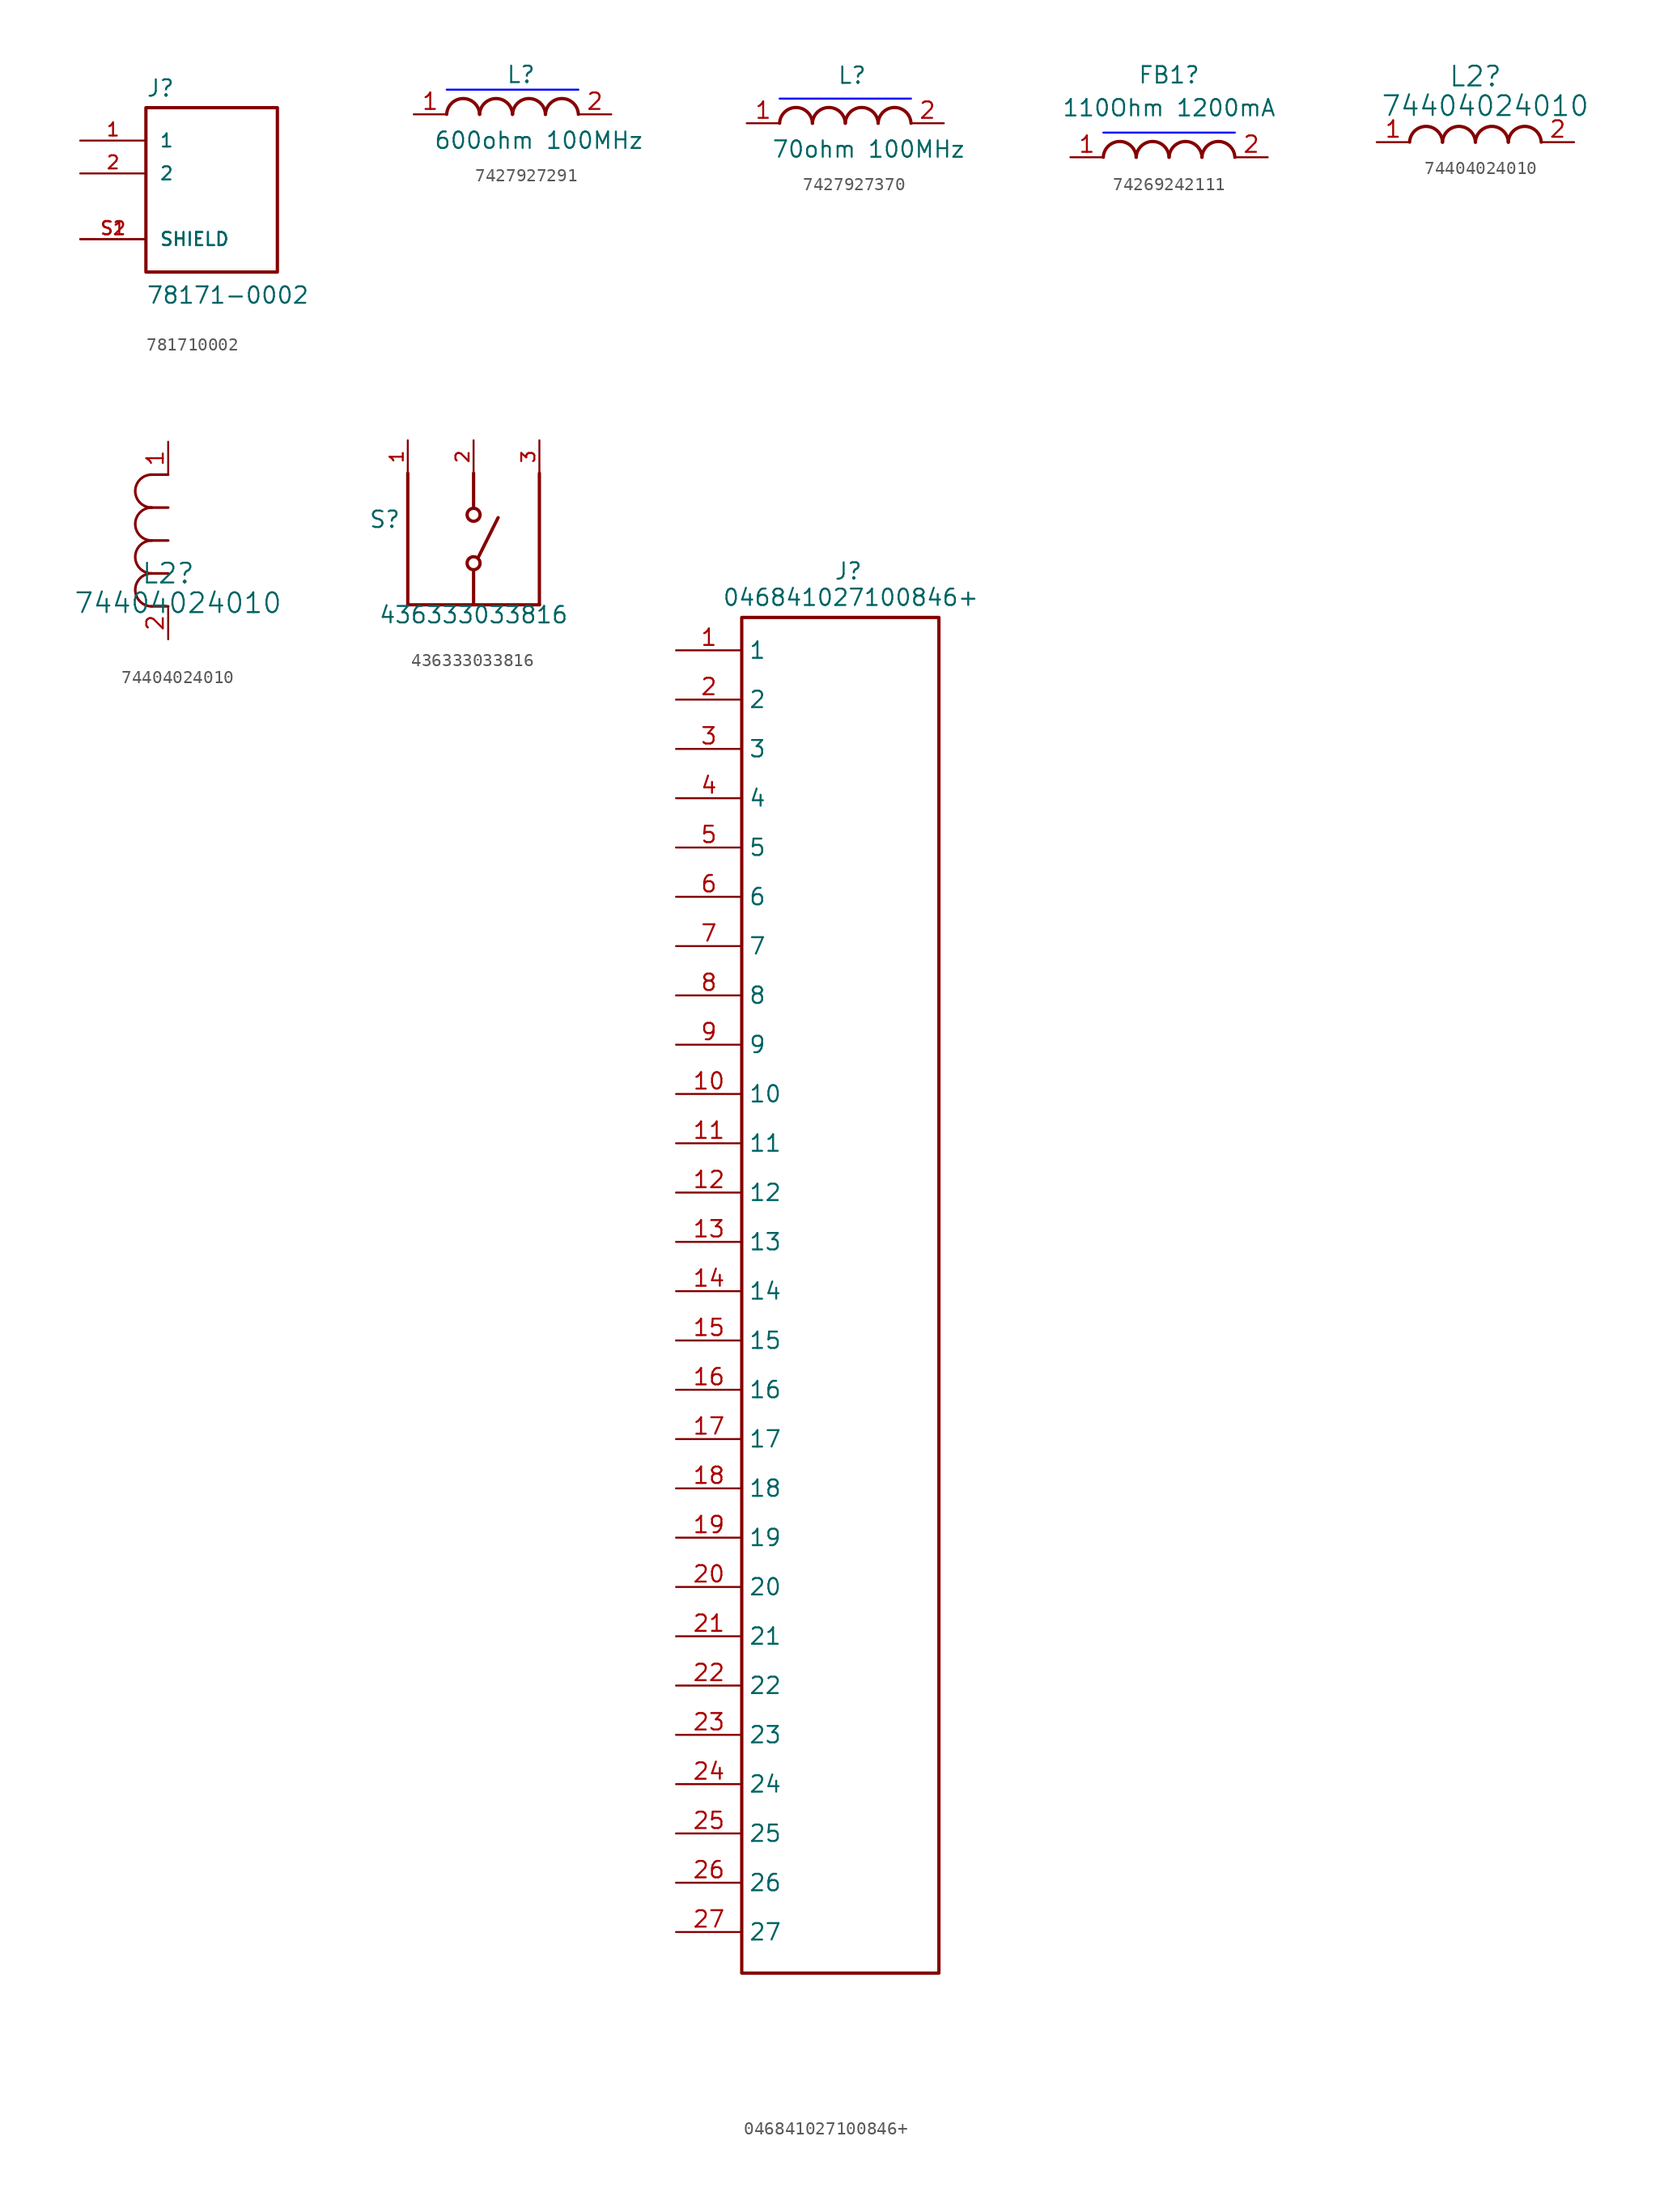
<source format=kicad_sym>
(kicad_symbol_lib
  (version 20241209)
  (generator "kicad_symbol_editor")
  (generator_version "9.0")
  (symbol "781710002"
    (pin_names
      (offset 1.016))
    (property "Reference" "J"
      (at -5.08 7.112 0)
      (effects (font (size 1.27 1.27)) (justify left bottom)))
    (property "Value" "78171-0002"
      (at -5.08 -8.89 0)
      (effects (font (size 1.27 1.27)) (justify left bottom)))
    (symbol "781710002_0_0"
      (pin passive line (at -10.16 3.81 0) (length 5.08) (name "1" (effects (font (size 1.016 1.016)))) (number "1" (effects (font (size 1.016 1.016)))))
      (pin passive line (at -10.16 1.27 0) (length 5.08) (name "2" (effects (font (size 1.016 1.016)))) (number "2" (effects (font (size 1.016 1.016)))))
      (pin passive line (at -10.16 -3.81 0) (length 5.08) (name "SHIELD" (effects (font (size 1.016 1.016)))) (number "S2" (effects (font (size 1.016 1.016))))))
    (symbol "781710002_1_0"
      (rectangle (start -5.08 6.35) (end 5.08 -6.35) (stroke (width 0.254) (type default)) (fill (type none)))
      (pin passive line (at -10.16 -3.81 0) (length 5.08) (name "SHIELD" (effects (font (size 1.016 1.016)))) (number "S1" (effects (font (size 1.016 1.016)))))))
  (symbol "7427927291"
    (pin_names
      (hide yes))
    (property "Reference" "L"
      (at -0.508 3.81 0)
      (effects (font (size 1.27 1.27)) (justify left top)))
    (property "Value" "600ohm 100MHz"
      (at -6.096 -1.27 0)
      (effects (font (size 1.27 1.27)) (justify left top)))
    (symbol "7427927291_1_1"
      (polyline (pts (xy -5.08 1.905) (xy 5.08 1.905)) (stroke (width 0) (type default) (color 0 0 255 1)) (fill (type none)))
      (arc (start -5.08 0) (mid -3.81 1.219) (end -2.54 0) (stroke (width 0.254) (type default)) (fill (type none)))
      (arc (start -2.54 0) (mid -1.27 1.219) (end 0 0) (stroke (width 0.254) (type default)) (fill (type none)))
      (arc (start 0 0) (mid 1.27 1.219) (end 2.54 0) (stroke (width 0.254) (type default)) (fill (type none)))
      (arc (start 2.54 0) (mid 3.81 1.219) (end 5.08 0) (stroke (width 0.254) (type default)) (fill (type none)))
      (pin passive line (at -7.62 0 0) (length 2.54) (name "1" (effects (font (size 1.27 1.27)))) (number "1" (effects (font (size 1.27 1.27)))))
      (pin passive line (at 7.62 0 180) (length 2.54) (name "2" (effects (font (size 1.27 1.27)))) (number "2" (effects (font (size 1.27 1.27)))))))
  (symbol "7427927370"
    (pin_names
      (hide yes))
    (property "Reference" "L"
      (at -0.635 4.445 0)
      (effects (font (size 1.27 1.27)) (justify left top)))
    (property "Value" "70ohm 100MHz"
      (at -5.715 -1.27 0)
      (effects (font (size 1.27 1.27)) (justify left top)))
    (symbol "7427927370_1_1"
      (polyline (pts (xy -5.08 1.905) (xy 5.08 1.905)) (stroke (width 0) (type default) (color 0 0 255 1)) (fill (type none)))
      (arc (start -5.08 0) (mid -3.81 1.219) (end -2.54 0) (stroke (width 0.254) (type default)) (fill (type none)))
      (arc (start -2.54 0) (mid -1.27 1.219) (end 0 0) (stroke (width 0.254) (type default)) (fill (type none)))
      (arc (start 0 0) (mid 1.27 1.219) (end 2.54 0) (stroke (width 0.254) (type default)) (fill (type none)))
      (arc (start 2.54 0) (mid 3.81 1.219) (end 5.08 0) (stroke (width 0.254) (type default)) (fill (type none)))
      (pin passive line (at -7.62 0 0) (length 2.54) (name "1" (effects (font (size 1.27 1.27)))) (number "1" (effects (font (size 1.27 1.27)))))
      (pin passive line (at 7.62 0 180) (length 2.54) (name "2" (effects (font (size 1.27 1.27)))) (number "2" (effects (font (size 1.27 1.27)))))))
  (symbol "74269242111"
    (pin_names
      (hide yes))
    (property "Reference" "FB1"
      (at 0 6.35 0)
      (effects (font (size 1.27 1.27))))
    (property "Value" "110Ohm 1200mA"
      (at 0 3.81 0)
      (effects (font (size 1.27 1.27))))
    (symbol "74269242111_1_1"
      (polyline (pts (xy -5.08 1.905) (xy 5.08 1.905)) (stroke (width 0) (type default) (color 0 0 255 1)) (fill (type none)))
      (arc (start -5.08 0) (mid -3.81 1.219) (end -2.54 0) (stroke (width 0.254) (type default)) (fill (type none)))
      (arc (start -2.54 0) (mid -1.27 1.219) (end 0 0) (stroke (width 0.254) (type default)) (fill (type none)))
      (arc (start 0 0) (mid 1.27 1.219) (end 2.54 0) (stroke (width 0.254) (type default)) (fill (type none)))
      (arc (start 2.54 0) (mid 3.81 1.219) (end 5.08 0) (stroke (width 0.254) (type default)) (fill (type none)))
      (pin passive line (at -7.62 0 0) (length 2.54) (name "1" (effects (font (size 1.27 1.27)))) (number "1" (effects (font (size 1.27 1.27)))))
      (pin passive line (at 7.62 0 180) (length 2.54) (name "2" (effects (font (size 1.27 1.27)))) (number "2" (effects (font (size 1.27 1.27)))))))
  (symbol "74404024010"
    (pin_names
      (offset 0.254)
      (hide yes))
    (property "Reference" "L2"
      (at 0 5.08 0)
      (effects (font (size 1.524 1.524))))
    (property "Value" "74404024010"
      (at 0.762 2.794 0)
      (effects (font (size 1.524 1.524))))
    (symbol "74404024010_1_1"
      (arc (start -5.08 0) (mid -3.81 1.219) (end -2.54 0) (stroke (width 0.254) (type default)) (fill (type none)))
      (arc (start -2.54 0) (mid -1.27 1.219) (end 0 0) (stroke (width 0.254) (type default)) (fill (type none)))
      (arc (start 0 0) (mid 1.27 1.219) (end 2.54 0) (stroke (width 0.254) (type default)) (fill (type none)))
      (arc (start 2.54 0) (mid 3.81 1.219) (end 5.08 0) (stroke (width 0.254) (type default)) (fill (type none)))
      (pin passive line (at -7.62 0 0) (length 2.54) (name "1" (effects (font (size 1.27 1.27)))) (number "1" (effects (font (size 1.27 1.27)))))
      (pin passive line (at 7.62 0 180) (length 2.54) (name "2" (effects (font (size 1.27 1.27)))) (number "2" (effects (font (size 1.27 1.27))))))
    (symbol "74404024010_1_2"
      (arc (start -1.27 10.16) (mid -2.5344 11.43) (end -1.27 12.7) (stroke (width 0.2032) (type default)) (fill (type none)))
      (arc (start -1.27 7.62) (mid -2.5344 8.89) (end -1.27 10.16) (stroke (width 0.2032) (type default)) (fill (type none)))
      (arc (start -1.27 5.08) (mid -2.5344 6.35) (end -1.27 7.62) (stroke (width 0.2032) (type default)) (fill (type none)))
      (arc (start -1.27 2.54) (mid -2.5344 3.81) (end -1.27 5.08) (stroke (width 0.2032) (type default)) (fill (type none)))
      (polyline (pts (xy 0 12.7) (xy -1.27 12.7)) (stroke (width 0.203) (type default)) (fill (type none)))
      (polyline (pts (xy 0 10.16) (xy -1.27 10.16)) (stroke (width 0.203) (type default)) (fill (type none)))
      (polyline (pts (xy 0 7.62) (xy -1.27 7.62)) (stroke (width 0.203) (type default)) (fill (type none)))
      (polyline (pts (xy 0 5.08) (xy -1.27 5.08)) (stroke (width 0.203) (type default)) (fill (type none)))
      (polyline (pts (xy 0 2.54) (xy -1.27 2.54)) (stroke (width 0.203) (type default)) (fill (type none)))
      (pin unspecified line (at 0 15.24 270) (length 2.54) (name "1" (effects (font (size 1.27 1.27)))) (number "1" (effects (font (size 1.27 1.27)))))
      (pin unspecified line (at 0 0 90) (length 2.54) (name "2" (effects (font (size 1.27 1.27)))) (number "2" (effects (font (size 1.27 1.27)))))))
  (symbol "436333033816"
    (pin_names
      (offset 1.016))
    (property "Reference" "S"
      (at -6.858 0.762 0)
      (effects (font (size 1.27 1.27)) (justify bottom)))
    (property "Value" "436333033816"
      (at 0 -6.604 0)
      (effects (font (size 1.27 1.27)) (justify bottom)))
    (symbol "436333033816_0_0"
      (polyline (pts (xy -5.08 5.08) (xy -5.08 -5.08)) (stroke (width 0.254) (type default)) (fill (type none)))
      (polyline (pts (xy -5.08 -5.08) (xy 5.08 -5.08)) (stroke (width 0.254) (type default)) (fill (type none)))
      (polyline (pts (xy 0 5.08) (xy 0 2.54)) (stroke (width 0.254) (type default)) (fill (type none)))
      (circle (center 0 1.87) (radius 0.5) (stroke (width 0.254) (type default)) (fill (type none)))
      (circle (center 0 -1.87) (radius 0.5) (stroke (width 0.254) (type default)) (fill (type none)))
      (polyline (pts (xy 0 -2.54) (xy 0 -5.08)) (stroke (width 0.254) (type default)) (fill (type none)))
      (polyline (pts (xy 0.37 -1.4) (xy 1.894 1.648)) (stroke (width 0.254) (type default)) (fill (type none)))
      (polyline (pts (xy 5.08 -5.08) (xy 5.08 5.08)) (stroke (width 0.254) (type default)) (fill (type none))))
    (symbol "436333033816_1_0"
      (pin passive line (at -5.08 7.62 270) (length 2.54) (name "~" (effects (font (size 1.016 1.016)))) (number "1" (effects (font (size 1.016 1.016)))))
      (pin passive line (at 0 7.62 270) (length 2.54) (name "~" (effects (font (size 1.016 1.016)))) (number "2" (effects (font (size 1.016 1.016)))))
      (pin passive line (at 5.08 7.62 270) (length 2.54) (name "~" (effects (font (size 1.016 1.016)))) (number "3" (effects (font (size 1.016 1.016)))))))
  (symbol "046841027100846+"
    (property "Reference" "J"
      (at -0.508 56.388 0)
      (effects (font (size 1.27 1.27)) (justify left top)))
    (property "Value" "046841027100846+"
      (at -9.144 54.356 0)
      (effects (font (size 1.27 1.27)) (justify left top)))
    (symbol "046841027100846+_1_1"
      (rectangle (start -7.62 52.07) (end 7.62 -52.705) (stroke (width 0.254) (type default)) (fill (type none)))
      (pin passive line (at -12.7 49.53 0) (length 5.08) (name "1" (effects (font (size 1.27 1.27)))) (number "1" (effects (font (size 1.27 1.27)))))
      (pin passive line (at -12.7 45.72 0) (length 5.08) (name "2" (effects (font (size 1.27 1.27)))) (number "2" (effects (font (size 1.27 1.27)))))
      (pin passive line (at -12.7 41.91 0) (length 5.08) (name "3" (effects (font (size 1.27 1.27)))) (number "3" (effects (font (size 1.27 1.27)))))
      (pin passive line (at -12.7 38.1 0) (length 5.08) (name "4" (effects (font (size 1.27 1.27)))) (number "4" (effects (font (size 1.27 1.27)))))
      (pin passive line (at -12.7 34.29 0) (length 5.08) (name "5" (effects (font (size 1.27 1.27)))) (number "5" (effects (font (size 1.27 1.27)))))
      (pin passive line (at -12.7 30.48 0) (length 5.08) (name "6" (effects (font (size 1.27 1.27)))) (number "6" (effects (font (size 1.27 1.27)))))
      (pin passive line (at -12.7 26.67 0) (length 5.08) (name "7" (effects (font (size 1.27 1.27)))) (number "7" (effects (font (size 1.27 1.27)))))
      (pin passive line (at -12.7 22.86 0) (length 5.08) (name "8" (effects (font (size 1.27 1.27)))) (number "8" (effects (font (size 1.27 1.27)))))
      (pin passive line (at -12.7 19.05 0) (length 5.08) (name "9" (effects (font (size 1.27 1.27)))) (number "9" (effects (font (size 1.27 1.27)))))
      (pin passive line (at -12.7 15.24 0) (length 5.08) (name "10" (effects (font (size 1.27 1.27)))) (number "10" (effects (font (size 1.27 1.27)))))
      (pin passive line (at -12.7 11.43 0) (length 5.08) (name "11" (effects (font (size 1.27 1.27)))) (number "11" (effects (font (size 1.27 1.27)))))
      (pin passive line (at -12.7 7.62 0) (length 5.08) (name "12" (effects (font (size 1.27 1.27)))) (number "12" (effects (font (size 1.27 1.27)))))
      (pin passive line (at -12.7 3.81 0) (length 5.08) (name "13" (effects (font (size 1.27 1.27)))) (number "13" (effects (font (size 1.27 1.27)))))
      (pin passive line (at -12.7 0 0) (length 5.08) (name "14" (effects (font (size 1.27 1.27)))) (number "14" (effects (font (size 1.27 1.27)))))
      (pin passive line (at -12.7 -3.81 0) (length 5.08) (name "15" (effects (font (size 1.27 1.27)))) (number "15" (effects (font (size 1.27 1.27)))))
      (pin passive line (at -12.7 -7.62 0) (length 5.08) (name "16" (effects (font (size 1.27 1.27)))) (number "16" (effects (font (size 1.27 1.27)))))
      (pin passive line (at -12.7 -11.43 0) (length 5.08) (name "17" (effects (font (size 1.27 1.27)))) (number "17" (effects (font (size 1.27 1.27)))))
      (pin passive line (at -12.7 -15.24 0) (length 5.08) (name "18" (effects (font (size 1.27 1.27)))) (number "18" (effects (font (size 1.27 1.27)))))
      (pin passive line (at -12.7 -19.05 0) (length 5.08) (name "19" (effects (font (size 1.27 1.27)))) (number "19" (effects (font (size 1.27 1.27)))))
      (pin passive line (at -12.7 -22.86 0) (length 5.08) (name "20" (effects (font (size 1.27 1.27)))) (number "20" (effects (font (size 1.27 1.27)))))
      (pin passive line (at -12.7 -26.67 0) (length 5.08) (name "21" (effects (font (size 1.27 1.27)))) (number "21" (effects (font (size 1.27 1.27)))))
      (pin passive line (at -12.7 -30.48 0) (length 5.08) (name "22" (effects (font (size 1.27 1.27)))) (number "22" (effects (font (size 1.27 1.27)))))
      (pin passive line (at -12.7 -34.29 0) (length 5.08) (name "23" (effects (font (size 1.27 1.27)))) (number "23" (effects (font (size 1.27 1.27)))))
      (pin passive line (at -12.7 -38.1 0) (length 5.08) (name "24" (effects (font (size 1.27 1.27)))) (number "24" (effects (font (size 1.27 1.27)))))
      (pin passive line (at -12.7 -41.91 0) (length 5.08) (name "25" (effects (font (size 1.27 1.27)))) (number "25" (effects (font (size 1.27 1.27)))))
      (pin passive line (at -12.7 -45.72 0) (length 5.08) (name "26" (effects (font (size 1.27 1.27)))) (number "26" (effects (font (size 1.27 1.27)))))
      (pin passive line (at -12.7 -49.53 0) (length 5.08) (name "27" (effects (font (size 1.27 1.27)))) (number "27" (effects (font (size 1.27 1.27))))))))
</source>
